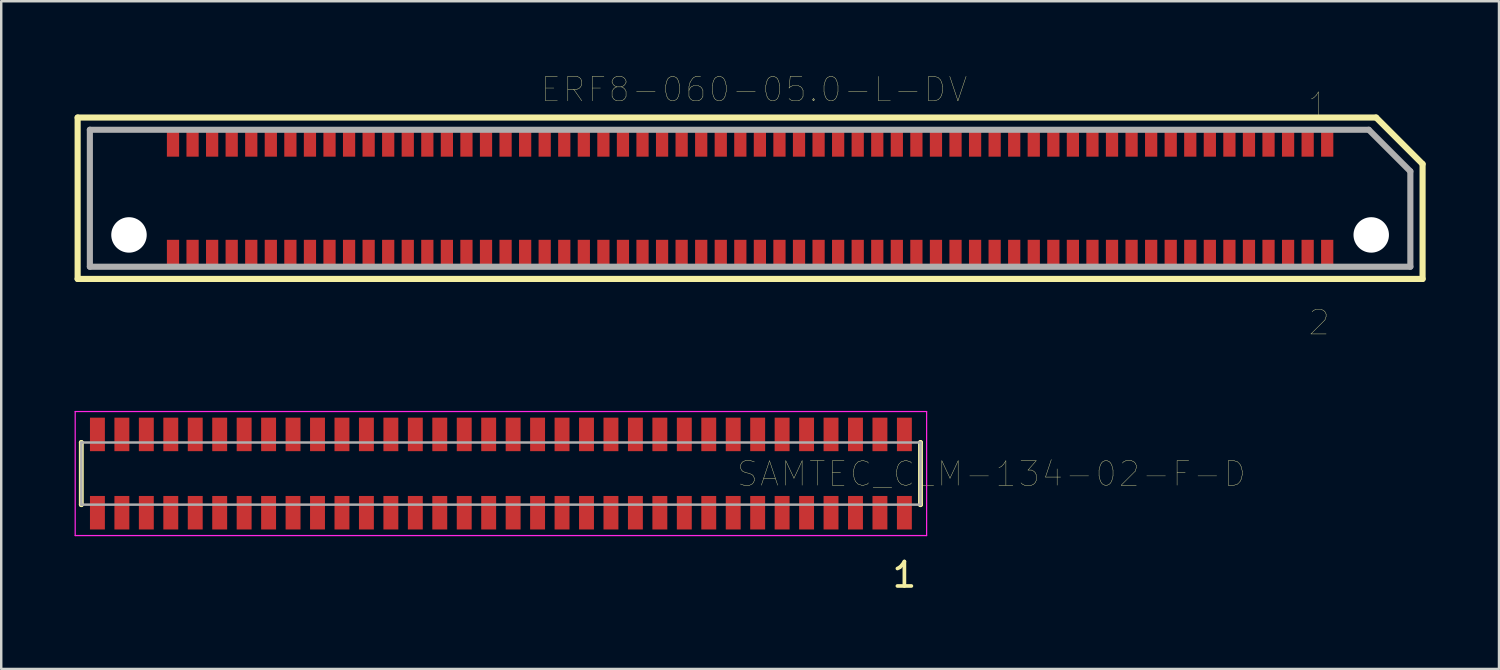
<source format=kicad_pcb>
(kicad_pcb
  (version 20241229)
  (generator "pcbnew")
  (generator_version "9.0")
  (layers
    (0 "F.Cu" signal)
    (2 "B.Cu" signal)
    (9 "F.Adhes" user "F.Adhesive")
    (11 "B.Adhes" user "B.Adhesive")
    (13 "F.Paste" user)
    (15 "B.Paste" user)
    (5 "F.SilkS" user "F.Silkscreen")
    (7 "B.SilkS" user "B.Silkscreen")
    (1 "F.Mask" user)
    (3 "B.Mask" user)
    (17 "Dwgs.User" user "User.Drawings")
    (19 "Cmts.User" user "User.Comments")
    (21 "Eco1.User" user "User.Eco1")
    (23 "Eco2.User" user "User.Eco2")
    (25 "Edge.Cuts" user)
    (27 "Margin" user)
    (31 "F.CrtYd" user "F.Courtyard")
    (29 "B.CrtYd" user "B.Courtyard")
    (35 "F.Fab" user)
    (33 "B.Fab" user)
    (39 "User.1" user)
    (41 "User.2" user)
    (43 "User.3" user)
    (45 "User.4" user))
  (footprint "SAMTEC_CLM-134-02-F-D"
    (layer "F.Cu")
    (at 17.424 16.33)
    (property "Reference" "SAMTEC_CLM-134-02-F-D" (at 20.066 0 0) (layer "F.SilkS") (effects (font (size 1 1) (thickness 0.015))))
    (attr through_hole)
    (fp_line (start -17.149 -1.284) (end -17.145 -1.284) (stroke (width 0.2) (type solid)) (layer "F.SilkS"))
    (fp_line (start -17.149 1.256) (end -17.149 -1.284) (stroke (width 0.2) (type solid)) (layer "F.SilkS"))
    (fp_line (start -17.145 1.256) (end -17.149 1.256) (stroke (width 0.2) (type solid)) (layer "F.SilkS"))
    (fp_line (start 17.165 -1.284) (end 17.169 -1.284) (stroke (width 0.2) (type solid)) (layer "F.SilkS"))
    (fp_line (start 17.165 1.256) (end 17.169 1.256) (stroke (width 0.2) (type solid)) (layer "F.SilkS"))
    (fp_line (start 17.169 -1.284) (end 17.169 1.256) (stroke (width 0.2) (type solid)) (layer "F.SilkS"))
    (fp_line (start -17.399 -2.55) (end 17.419 -2.55) (stroke (width 0.05) (type solid)) (layer "F.CrtYd"))
    (fp_line (start -17.399 2.522) (end -17.399 -2.55) (stroke (width 0.05) (type solid)) (layer "F.CrtYd"))
    (fp_line (start 17.419 -2.55) (end 17.419 2.522) (stroke (width 0.05) (type solid)) (layer "F.CrtYd"))
    (fp_line (start 17.419 2.522) (end -17.399 2.522) (stroke (width 0.05) (type solid)) (layer "F.CrtYd"))
    (fp_line (start -17.149 -1.284) (end 17.169 -1.284) (stroke (width 0.1) (type solid)) (layer "F.Fab"))
    (fp_line (start -17.149 1.256) (end -17.149 -1.284) (stroke (width 0.1) (type solid)) (layer "F.Fab"))
    (fp_line (start 17.169 -1.284) (end 17.169 1.256) (stroke (width 0.1) (type solid)) (layer "F.Fab"))
    (fp_line (start 17.169 1.256) (end -17.149 1.256) (stroke (width 0.1) (type solid)) (layer "F.Fab"))
    (fp_text user "1" (at 16.51 4.128 180) (layer "F.SilkS") (effects (font (size 1 1) (thickness 0.15))))
    (pad "1" smd rect (at 16.51 1.587) (size 0.61 1.37) (layers "F.Cu" "F.Mask" "F.Paste"))
    (pad "2" smd rect (at 16.51 -1.615) (size 0.61 1.37) (layers "F.Cu" "F.Mask" "F.Paste"))
    (pad "3" smd rect (at 15.51 1.587) (size 0.61 1.37) (layers "F.Cu" "F.Mask" "F.Paste"))
    (pad "4" smd rect (at 15.51 -1.615) (size 0.61 1.37) (layers "F.Cu" "F.Mask" "F.Paste"))
    (pad "5" smd rect (at 14.51 1.587) (size 0.61 1.37) (layers "F.Cu" "F.Mask" "F.Paste"))
    (pad "6" smd rect (at 14.51 -1.615) (size 0.61 1.37) (layers "F.Cu" "F.Mask" "F.Paste"))
    (pad "7" smd rect (at 13.51 1.587) (size 0.61 1.37) (layers "F.Cu" "F.Mask" "F.Paste"))
    (pad "8" smd rect (at 13.51 -1.615) (size 0.61 1.37) (layers "F.Cu" "F.Mask" "F.Paste"))
    (pad "9" smd rect (at 12.51 1.587) (size 0.61 1.37) (layers "F.Cu" "F.Mask" "F.Paste"))
    (pad "10" smd rect (at 12.51 -1.615) (size 0.61 1.37) (layers "F.Cu" "F.Mask" "F.Paste"))
    (pad "11" smd rect (at 11.51 1.587) (size 0.61 1.37) (layers "F.Cu" "F.Mask" "F.Paste"))
    (pad "12" smd rect (at 11.51 -1.615) (size 0.61 1.37) (layers "F.Cu" "F.Mask" "F.Paste"))
    (pad "13" smd rect (at 10.51 1.587) (size 0.61 1.37) (layers "F.Cu" "F.Mask" "F.Paste"))
    (pad "14" smd rect (at 10.51 -1.615) (size 0.61 1.37) (layers "F.Cu" "F.Mask" "F.Paste"))
    (pad "15" smd rect (at 9.51 1.587) (size 0.61 1.37) (layers "F.Cu" "F.Mask" "F.Paste"))
    (pad "16" smd rect (at 9.51 -1.615) (size 0.61 1.37) (layers "F.Cu" "F.Mask" "F.Paste"))
    (pad "17" smd rect (at 8.51 1.587) (size 0.61 1.37) (layers "F.Cu" "F.Mask" "F.Paste"))
    (pad "18" smd rect (at 8.51 -1.615) (size 0.61 1.37) (layers "F.Cu" "F.Mask" "F.Paste"))
    (pad "19" smd rect (at 7.51 1.587) (size 0.61 1.37) (layers "F.Cu" "F.Mask" "F.Paste"))
    (pad "20" smd rect (at 7.51 -1.615) (size 0.61 1.37) (layers "F.Cu" "F.Mask" "F.Paste"))
    (pad "21" smd rect (at 6.51 1.587) (size 0.61 1.37) (layers "F.Cu" "F.Mask" "F.Paste"))
    (pad "22" smd rect (at 6.51 -1.615) (size 0.61 1.37) (layers "F.Cu" "F.Mask" "F.Paste"))
    (pad "23" smd rect (at 5.51 1.587) (size 0.61 1.37) (layers "F.Cu" "F.Mask" "F.Paste"))
    (pad "24" smd rect (at 5.51 -1.615) (size 0.61 1.37) (layers "F.Cu" "F.Mask" "F.Paste"))
    (pad "25" smd rect (at 4.51 1.587) (size 0.61 1.37) (layers "F.Cu" "F.Mask" "F.Paste"))
    (pad "26" smd rect (at 4.51 -1.615) (size 0.61 1.37) (layers "F.Cu" "F.Mask" "F.Paste"))
    (pad "27" smd rect (at 3.51 1.587) (size 0.61 1.37) (layers "F.Cu" "F.Mask" "F.Paste"))
    (pad "28" smd rect (at 3.51 -1.615) (size 0.61 1.37) (layers "F.Cu" "F.Mask" "F.Paste"))
    (pad "29" smd rect (at 2.51 1.587) (size 0.61 1.37) (layers "F.Cu" "F.Mask" "F.Paste"))
    (pad "30" smd rect (at 2.51 -1.615) (size 0.61 1.37) (layers "F.Cu" "F.Mask" "F.Paste"))
    (pad "31" smd rect (at 1.51 1.587) (size 0.61 1.37) (layers "F.Cu" "F.Mask" "F.Paste"))
    (pad "32" smd rect (at 1.51 -1.615) (size 0.61 1.37) (layers "F.Cu" "F.Mask" "F.Paste"))
    (pad "33" smd rect (at 0.51 1.587) (size 0.61 1.37) (layers "F.Cu" "F.Mask" "F.Paste"))
    (pad "34" smd rect (at 0.51 -1.615) (size 0.61 1.37) (layers "F.Cu" "F.Mask" "F.Paste"))
    (pad "35" smd rect (at -0.49 1.587) (size 0.61 1.37) (layers "F.Cu" "F.Mask" "F.Paste"))
    (pad "36" smd rect (at -0.49 -1.615) (size 0.61 1.37) (layers "F.Cu" "F.Mask" "F.Paste"))
    (pad "37" smd rect (at -1.49 1.587) (size 0.61 1.37) (layers "F.Cu" "F.Mask" "F.Paste"))
    (pad "38" smd rect (at -1.49 -1.615) (size 0.61 1.37) (layers "F.Cu" "F.Mask" "F.Paste"))
    (pad "39" smd rect (at -2.49 1.587) (size 0.61 1.37) (layers "F.Cu" "F.Mask" "F.Paste"))
    (pad "40" smd rect (at -2.49 -1.615) (size 0.61 1.37) (layers "F.Cu" "F.Mask" "F.Paste"))
    (pad "41" smd rect (at -3.49 1.587) (size 0.61 1.37) (layers "F.Cu" "F.Mask" "F.Paste"))
    (pad "42" smd rect (at -3.49 -1.615) (size 0.61 1.37) (layers "F.Cu" "F.Mask" "F.Paste"))
    (pad "43" smd rect (at -4.49 1.587) (size 0.61 1.37) (layers "F.Cu" "F.Mask" "F.Paste"))
    (pad "44" smd rect (at -4.49 -1.615) (size 0.61 1.37) (layers "F.Cu" "F.Mask" "F.Paste"))
    (pad "45" smd rect (at -5.49 1.587) (size 0.61 1.37) (layers "F.Cu" "F.Mask" "F.Paste"))
    (pad "46" smd rect (at -5.49 -1.615) (size 0.61 1.37) (layers "F.Cu" "F.Mask" "F.Paste"))
    (pad "47" smd rect (at -6.49 1.587) (size 0.61 1.37) (layers "F.Cu" "F.Mask" "F.Paste"))
    (pad "48" smd rect (at -6.49 -1.615) (size 0.61 1.37) (layers "F.Cu" "F.Mask" "F.Paste"))
    (pad "49" smd rect (at -7.49 1.587) (size 0.61 1.37) (layers "F.Cu" "F.Mask" "F.Paste"))
    (pad "50" smd rect (at -7.49 -1.615) (size 0.61 1.37) (layers "F.Cu" "F.Mask" "F.Paste"))
    (pad "51" smd rect (at -8.49 1.587) (size 0.61 1.37) (layers "F.Cu" "F.Mask" "F.Paste"))
    (pad "52" smd rect (at -8.49 -1.615) (size 0.61 1.37) (layers "F.Cu" "F.Mask" "F.Paste"))
    (pad "53" smd rect (at -9.49 1.587) (size 0.61 1.37) (layers "F.Cu" "F.Mask" "F.Paste"))
    (pad "54" smd rect (at -9.49 -1.615) (size 0.61 1.37) (layers "F.Cu" "F.Mask" "F.Paste"))
    (pad "55" smd rect (at -10.49 1.587) (size 0.61 1.37) (layers "F.Cu" "F.Mask" "F.Paste"))
    (pad "56" smd rect (at -10.49 -1.615) (size 0.61 1.37) (layers "F.Cu" "F.Mask" "F.Paste"))
    (pad "57" smd rect (at -11.49 1.587) (size 0.61 1.37) (layers "F.Cu" "F.Mask" "F.Paste"))
    (pad "58" smd rect (at -11.49 -1.615) (size 0.61 1.37) (layers "F.Cu" "F.Mask" "F.Paste"))
    (pad "59" smd rect (at -12.49 1.587) (size 0.61 1.37) (layers "F.Cu" "F.Mask" "F.Paste"))
    (pad "60" smd rect (at -12.49 -1.615) (size 0.61 1.37) (layers "F.Cu" "F.Mask" "F.Paste"))
    (pad "61" smd rect (at -13.49 1.587) (size 0.61 1.37) (layers "F.Cu" "F.Mask" "F.Paste"))
    (pad "62" smd rect (at -13.49 -1.615) (size 0.61 1.37) (layers "F.Cu" "F.Mask" "F.Paste"))
    (pad "63" smd rect (at -14.49 1.587) (size 0.61 1.37) (layers "F.Cu" "F.Mask" "F.Paste"))
    (pad "64" smd rect (at -14.49 -1.615) (size 0.61 1.37) (layers "F.Cu" "F.Mask" "F.Paste"))
    (pad "65" smd rect (at -15.49 1.587) (size 0.61 1.37) (layers "F.Cu" "F.Mask" "F.Paste"))
    (pad "66" smd rect (at -15.49 -1.615) (size 0.61 1.37) (layers "F.Cu" "F.Mask" "F.Paste"))
    (pad "67" smd rect (at -16.49 1.587) (size 0.61 1.37) (layers "F.Cu" "F.Mask" "F.Paste"))
    (pad "68" smd rect (at -16.49 -1.615) (size 0.61 1.37) (layers "F.Cu" "F.Mask" "F.Paste")))
  (footprint "ERF8-060-05.0-L-DV"
    (layer "F.Cu")
    (at 27.625 5.057)
    (property "Reference" "ERF8-060-05.0-L-DV" (at 0.165 -4.445 0) (layer "F.SilkS") (effects (font (size 1 1) (thickness 0.015))))
    (attr through_hole)
    (fp_line (start -27.5 -3.3) (end 25.6 -3.3) (stroke (width 0.25) (type solid)) (layer "F.SilkS"))
    (fp_line (start -27.5 3.3) (end -27.5 -3.3) (stroke (width 0.25) (type solid)) (layer "F.SilkS"))
    (fp_line (start 25.6 -3.3) (end 27.5 -1.4) (stroke (width 0.25) (type solid)) (layer "F.SilkS"))
    (fp_line (start 27.5 -1.4) (end 27.5 3.3) (stroke (width 0.25) (type solid)) (layer "F.SilkS"))
    (fp_line (start 27.5 3.3) (end -27.5 3.3) (stroke (width 0.25) (type solid)) (layer "F.SilkS"))
    (fp_line (start -27 -2.8) (end 25.3 -2.8) (stroke (width 0.25) (type solid)) (layer "F.Fab"))
    (fp_line (start -27 2.8) (end -27 -2.8) (stroke (width 0.25) (type solid)) (layer "F.Fab"))
    (fp_line (start 25.3 -2.8) (end 27 -1.1) (stroke (width 0.25) (type solid)) (layer "F.Fab"))
    (fp_line (start 27 -1.1) (end 27 2.8) (stroke (width 0.25) (type solid)) (layer "F.Fab"))
    (fp_line (start 27 2.8) (end -27 2.8) (stroke (width 0.25) (type solid)) (layer "F.Fab"))
    (fp_text user "2" (at 23.269 5.086 0) (layer "F.SilkS") (effects (font (size 1.001 1.001) (thickness 0.015))))
    (fp_text user "1" (at 23.241 -3.81 0) (layer "F.SilkS") (effects (font (size 1 1) (thickness 0.015))))
    (pad "" np_thru_hole circle (at -25.4 1.5) (size 1.45 1.45) (drill 1.45) (layers "*.Cu" "*.Mask"))
    (pad "" np_thru_hole circle (at 25.4 1.5) (size 1.45 1.45) (drill 1.45) (layers "*.Cu" "*.Mask"))
    (pad "1" smd rect (at 23.6 -2.25) (size 0.5 1.1) (layers "F.Cu" "F.Mask" "F.Paste"))
    (pad "2" smd rect (at 23.6 2.25) (size 0.5 1.1) (layers "F.Cu" "F.Mask" "F.Paste"))
    (pad "3" smd rect (at 22.8 -2.25) (size 0.5 1.1) (layers "F.Cu" "F.Mask" "F.Paste"))
    (pad "4" smd rect (at 22.8 2.25) (size 0.5 1.1) (layers "F.Cu" "F.Mask" "F.Paste"))
    (pad "5" smd rect (at 22 -2.25) (size 0.5 1.1) (layers "F.Cu" "F.Mask" "F.Paste"))
    (pad "6" smd rect (at 22 2.25) (size 0.5 1.1) (layers "F.Cu" "F.Mask" "F.Paste"))
    (pad "7" smd rect (at 21.2 -2.25) (size 0.5 1.1) (layers "F.Cu" "F.Mask" "F.Paste"))
    (pad "8" smd rect (at 21.2 2.25) (size 0.5 1.1) (layers "F.Cu" "F.Mask" "F.Paste"))
    (pad "9" smd rect (at 20.4 -2.25) (size 0.5 1.1) (layers "F.Cu" "F.Mask" "F.Paste"))
    (pad "10" smd rect (at 20.4 2.25) (size 0.5 1.1) (layers "F.Cu" "F.Mask" "F.Paste"))
    (pad "11" smd rect (at 19.6 -2.25) (size 0.5 1.1) (layers "F.Cu" "F.Mask" "F.Paste"))
    (pad "12" smd rect (at 19.6 2.25) (size 0.5 1.1) (layers "F.Cu" "F.Mask" "F.Paste"))
    (pad "13" smd rect (at 18.8 -2.25) (size 0.5 1.1) (layers "F.Cu" "F.Mask" "F.Paste"))
    (pad "14" smd rect (at 18.8 2.25) (size 0.5 1.1) (layers "F.Cu" "F.Mask" "F.Paste"))
    (pad "15" smd rect (at 18 -2.25) (size 0.5 1.1) (layers "F.Cu" "F.Mask" "F.Paste"))
    (pad "16" smd rect (at 18 2.25) (size 0.5 1.1) (layers "F.Cu" "F.Mask" "F.Paste"))
    (pad "17" smd rect (at 17.2 -2.25) (size 0.5 1.1) (layers "F.Cu" "F.Mask" "F.Paste"))
    (pad "18" smd rect (at 17.2 2.25) (size 0.5 1.1) (layers "F.Cu" "F.Mask" "F.Paste"))
    (pad "19" smd rect (at 16.4 -2.25) (size 0.5 1.1) (layers "F.Cu" "F.Mask" "F.Paste"))
    (pad "20" smd rect (at 16.4 2.25) (size 0.5 1.1) (layers "F.Cu" "F.Mask" "F.Paste"))
    (pad "21" smd rect (at 15.6 -2.25) (size 0.5 1.1) (layers "F.Cu" "F.Mask" "F.Paste"))
    (pad "22" smd rect (at 15.6 2.25) (size 0.5 1.1) (layers "F.Cu" "F.Mask" "F.Paste"))
    (pad "23" smd rect (at 14.8 -2.25) (size 0.5 1.1) (layers "F.Cu" "F.Mask" "F.Paste"))
    (pad "24" smd rect (at 14.8 2.25) (size 0.5 1.1) (layers "F.Cu" "F.Mask" "F.Paste"))
    (pad "25" smd rect (at 14 -2.25) (size 0.5 1.1) (layers "F.Cu" "F.Mask" "F.Paste"))
    (pad "26" smd rect (at 14 2.25) (size 0.5 1.1) (layers "F.Cu" "F.Mask" "F.Paste"))
    (pad "27" smd rect (at 13.2 -2.25) (size 0.5 1.1) (layers "F.Cu" "F.Mask" "F.Paste"))
    (pad "28" smd rect (at 13.2 2.25) (size 0.5 1.1) (layers "F.Cu" "F.Mask" "F.Paste"))
    (pad "29" smd rect (at 12.4 -2.25) (size 0.5 1.1) (layers "F.Cu" "F.Mask" "F.Paste"))
    (pad "30" smd rect (at 12.4 2.25) (size 0.5 1.1) (layers "F.Cu" "F.Mask" "F.Paste"))
    (pad "31" smd rect (at 11.6 -2.25) (size 0.5 1.1) (layers "F.Cu" "F.Mask" "F.Paste"))
    (pad "32" smd rect (at 11.6 2.25) (size 0.5 1.1) (layers "F.Cu" "F.Mask" "F.Paste"))
    (pad "33" smd rect (at 10.8 -2.25) (size 0.5 1.1) (layers "F.Cu" "F.Mask" "F.Paste"))
    (pad "34" smd rect (at 10.8 2.25) (size 0.5 1.1) (layers "F.Cu" "F.Mask" "F.Paste"))
    (pad "35" smd rect (at 10 -2.25) (size 0.5 1.1) (layers "F.Cu" "F.Mask" "F.Paste"))
    (pad "36" smd rect (at 10 2.25) (size 0.5 1.1) (layers "F.Cu" "F.Mask" "F.Paste"))
    (pad "37" smd rect (at 9.2 -2.25) (size 0.5 1.1) (layers "F.Cu" "F.Mask" "F.Paste"))
    (pad "38" smd rect (at 9.2 2.25) (size 0.5 1.1) (layers "F.Cu" "F.Mask" "F.Paste"))
    (pad "39" smd rect (at 8.4 -2.25) (size 0.5 1.1) (layers "F.Cu" "F.Mask" "F.Paste"))
    (pad "40" smd rect (at 8.4 2.25) (size 0.5 1.1) (layers "F.Cu" "F.Mask" "F.Paste"))
    (pad "41" smd rect (at 7.6 -2.25) (size 0.5 1.1) (layers "F.Cu" "F.Mask" "F.Paste"))
    (pad "42" smd rect (at 7.6 2.25) (size 0.5 1.1) (layers "F.Cu" "F.Mask" "F.Paste"))
    (pad "43" smd rect (at 6.8 -2.25) (size 0.5 1.1) (layers "F.Cu" "F.Mask" "F.Paste"))
    (pad "44" smd rect (at 6.8 2.25) (size 0.5 1.1) (layers "F.Cu" "F.Mask" "F.Paste"))
    (pad "45" smd rect (at 6 -2.25) (size 0.5 1.1) (layers "F.Cu" "F.Mask" "F.Paste"))
    (pad "46" smd rect (at 6 2.25) (size 0.5 1.1) (layers "F.Cu" "F.Mask" "F.Paste"))
    (pad "47" smd rect (at 5.2 -2.25) (size 0.5 1.1) (layers "F.Cu" "F.Mask" "F.Paste"))
    (pad "48" smd rect (at 5.2 2.25) (size 0.5 1.1) (layers "F.Cu" "F.Mask" "F.Paste"))
    (pad "49" smd rect (at 4.4 -2.25) (size 0.5 1.1) (layers "F.Cu" "F.Mask" "F.Paste"))
    (pad "50" smd rect (at 4.4 2.25) (size 0.5 1.1) (layers "F.Cu" "F.Mask" "F.Paste"))
    (pad "51" smd rect (at 3.6 -2.25) (size 0.5 1.1) (layers "F.Cu" "F.Mask" "F.Paste"))
    (pad "52" smd rect (at 3.6 2.25) (size 0.5 1.1) (layers "F.Cu" "F.Mask" "F.Paste"))
    (pad "53" smd rect (at 2.8 -2.25) (size 0.5 1.1) (layers "F.Cu" "F.Mask" "F.Paste"))
    (pad "54" smd rect (at 2.8 2.25) (size 0.5 1.1) (layers "F.Cu" "F.Mask" "F.Paste"))
    (pad "55" smd rect (at 2 -2.25) (size 0.5 1.1) (layers "F.Cu" "F.Mask" "F.Paste"))
    (pad "56" smd rect (at 2 2.25) (size 0.5 1.1) (layers "F.Cu" "F.Mask" "F.Paste"))
    (pad "57" smd rect (at 1.2 -2.25) (size 0.5 1.1) (layers "F.Cu" "F.Mask" "F.Paste"))
    (pad "58" smd rect (at 1.2 2.25) (size 0.5 1.1) (layers "F.Cu" "F.Mask" "F.Paste"))
    (pad "59" smd rect (at 0.4 -2.25) (size 0.5 1.1) (layers "F.Cu" "F.Mask" "F.Paste"))
    (pad "60" smd rect (at 0.4 2.25) (size 0.5 1.1) (layers "F.Cu" "F.Mask" "F.Paste"))
    (pad "61" smd rect (at -0.4 -2.25) (size 0.5 1.1) (layers "F.Cu" "F.Mask" "F.Paste"))
    (pad "62" smd rect (at -0.4 2.25) (size 0.5 1.1) (layers "F.Cu" "F.Mask" "F.Paste"))
    (pad "63" smd rect (at -1.2 -2.25) (size 0.5 1.1) (layers "F.Cu" "F.Mask" "F.Paste"))
    (pad "64" smd rect (at -1.2 2.25) (size 0.5 1.1) (layers "F.Cu" "F.Mask" "F.Paste"))
    (pad "65" smd rect (at -2 -2.25) (size 0.5 1.1) (layers "F.Cu" "F.Mask" "F.Paste"))
    (pad "66" smd rect (at -2 2.25) (size 0.5 1.1) (layers "F.Cu" "F.Mask" "F.Paste"))
    (pad "67" smd rect (at -2.8 -2.25) (size 0.5 1.1) (layers "F.Cu" "F.Mask" "F.Paste"))
    (pad "68" smd rect (at -2.8 2.25) (size 0.5 1.1) (layers "F.Cu" "F.Mask" "F.Paste"))
    (pad "69" smd rect (at -3.6 -2.25) (size 0.5 1.1) (layers "F.Cu" "F.Mask" "F.Paste"))
    (pad "70" smd rect (at -3.6 2.25) (size 0.5 1.1) (layers "F.Cu" "F.Mask" "F.Paste"))
    (pad "71" smd rect (at -4.4 -2.25) (size 0.5 1.1) (layers "F.Cu" "F.Mask" "F.Paste"))
    (pad "72" smd rect (at -4.4 2.25) (size 0.5 1.1) (layers "F.Cu" "F.Mask" "F.Paste"))
    (pad "73" smd rect (at -5.2 -2.25) (size 0.5 1.1) (layers "F.Cu" "F.Mask" "F.Paste"))
    (pad "74" smd rect (at -5.2 2.25) (size 0.5 1.1) (layers "F.Cu" "F.Mask" "F.Paste"))
    (pad "75" smd rect (at -6 -2.25) (size 0.5 1.1) (layers "F.Cu" "F.Mask" "F.Paste"))
    (pad "76" smd rect (at -6 2.25) (size 0.5 1.1) (layers "F.Cu" "F.Mask" "F.Paste"))
    (pad "77" smd rect (at -6.8 -2.25) (size 0.5 1.1) (layers "F.Cu" "F.Mask" "F.Paste"))
    (pad "78" smd rect (at -6.8 2.25) (size 0.5 1.1) (layers "F.Cu" "F.Mask" "F.Paste"))
    (pad "79" smd rect (at -7.6 -2.25) (size 0.5 1.1) (layers "F.Cu" "F.Mask" "F.Paste"))
    (pad "80" smd rect (at -7.6 2.25) (size 0.5 1.1) (layers "F.Cu" "F.Mask" "F.Paste"))
    (pad "81" smd rect (at -8.4 -2.25) (size 0.5 1.1) (layers "F.Cu" "F.Mask" "F.Paste"))
    (pad "82" smd rect (at -8.4 2.25) (size 0.5 1.1) (layers "F.Cu" "F.Mask" "F.Paste"))
    (pad "83" smd rect (at -9.2 -2.25) (size 0.5 1.1) (layers "F.Cu" "F.Mask" "F.Paste"))
    (pad "84" smd rect (at -9.2 2.25) (size 0.5 1.1) (layers "F.Cu" "F.Mask" "F.Paste"))
    (pad "85" smd rect (at -10 -2.25) (size 0.5 1.1) (layers "F.Cu" "F.Mask" "F.Paste"))
    (pad "86" smd rect (at -10 2.25) (size 0.5 1.1) (layers "F.Cu" "F.Mask" "F.Paste"))
    (pad "87" smd rect (at -10.8 -2.25) (size 0.5 1.1) (layers "F.Cu" "F.Mask" "F.Paste"))
    (pad "88" smd rect (at -10.8 2.25) (size 0.5 1.1) (layers "F.Cu" "F.Mask" "F.Paste"))
    (pad "89" smd rect (at -11.6 -2.25) (size 0.5 1.1) (layers "F.Cu" "F.Mask" "F.Paste"))
    (pad "90" smd rect (at -11.6 2.25) (size 0.5 1.1) (layers "F.Cu" "F.Mask" "F.Paste"))
    (pad "91" smd rect (at -12.4 -2.25) (size 0.5 1.1) (layers "F.Cu" "F.Mask" "F.Paste"))
    (pad "92" smd rect (at -12.4 2.25) (size 0.5 1.1) (layers "F.Cu" "F.Mask" "F.Paste"))
    (pad "93" smd rect (at -13.2 -2.25) (size 0.5 1.1) (layers "F.Cu" "F.Mask" "F.Paste"))
    (pad "94" smd rect (at -13.2 2.25) (size 0.5 1.1) (layers "F.Cu" "F.Mask" "F.Paste"))
    (pad "95" smd rect (at -14 -2.25) (size 0.5 1.1) (layers "F.Cu" "F.Mask" "F.Paste"))
    (pad "96" smd rect (at -14 2.25) (size 0.5 1.1) (layers "F.Cu" "F.Mask" "F.Paste"))
    (pad "97" smd rect (at -14.8 -2.25) (size 0.5 1.1) (layers "F.Cu" "F.Mask" "F.Paste"))
    (pad "98" smd rect (at -14.8 2.25) (size 0.5 1.1) (layers "F.Cu" "F.Mask" "F.Paste"))
    (pad "99" smd rect (at -15.6 -2.25) (size 0.5 1.1) (layers "F.Cu" "F.Mask" "F.Paste"))
    (pad "100" smd rect (at -15.6 2.25) (size 0.5 1.1) (layers "F.Cu" "F.Mask" "F.Paste"))
    (pad "101" smd rect (at -16.4 -2.25) (size 0.5 1.1) (layers "F.Cu" "F.Mask" "F.Paste"))
    (pad "102" smd rect (at -16.4 2.25) (size 0.5 1.1) (layers "F.Cu" "F.Mask" "F.Paste"))
    (pad "103" smd rect (at -17.2 -2.25) (size 0.5 1.1) (layers "F.Cu" "F.Mask" "F.Paste"))
    (pad "104" smd rect (at -17.2 2.25) (size 0.5 1.1) (layers "F.Cu" "F.Mask" "F.Paste"))
    (pad "105" smd rect (at -18 -2.25) (size 0.5 1.1) (layers "F.Cu" "F.Mask" "F.Paste"))
    (pad "106" smd rect (at -18 2.25) (size 0.5 1.1) (layers "F.Cu" "F.Mask" "F.Paste"))
    (pad "107" smd rect (at -18.8 -2.25) (size 0.5 1.1) (layers "F.Cu" "F.Mask" "F.Paste"))
    (pad "108" smd rect (at -18.8 2.25) (size 0.5 1.1) (layers "F.Cu" "F.Mask" "F.Paste"))
    (pad "109" smd rect (at -19.6 -2.25) (size 0.5 1.1) (layers "F.Cu" "F.Mask" "F.Paste"))
    (pad "110" smd rect (at -19.6 2.25) (size 0.5 1.1) (layers "F.Cu" "F.Mask" "F.Paste"))
    (pad "111" smd rect (at -20.4 -2.25) (size 0.5 1.1) (layers "F.Cu" "F.Mask" "F.Paste"))
    (pad "112" smd rect (at -20.4 2.25) (size 0.5 1.1) (layers "F.Cu" "F.Mask" "F.Paste"))
    (pad "113" smd rect (at -21.2 -2.25) (size 0.5 1.1) (layers "F.Cu" "F.Mask" "F.Paste"))
    (pad "114" smd rect (at -21.2 2.25) (size 0.5 1.1) (layers "F.Cu" "F.Mask" "F.Paste"))
    (pad "115" smd rect (at -22 -2.25) (size 0.5 1.1) (layers "F.Cu" "F.Mask" "F.Paste"))
    (pad "116" smd rect (at -22 2.25) (size 0.5 1.1) (layers "F.Cu" "F.Mask" "F.Paste"))
    (pad "117" smd rect (at -22.8 -2.25) (size 0.5 1.1) (layers "F.Cu" "F.Mask" "F.Paste"))
    (pad "118" smd rect (at -22.8 2.25) (size 0.5 1.1) (layers "F.Cu" "F.Mask" "F.Paste"))
    (pad "119" smd rect (at -23.6 -2.25) (size 0.5 1.1) (layers "F.Cu" "F.Mask" "F.Paste"))
    (pad "120" smd rect (at -23.6 2.25) (size 0.5 1.1) (layers "F.Cu" "F.Mask" "F.Paste")))
  (gr_rect
    (start -3 -3)
    (end 58.25 24.305)
    (stroke (width 0.1) (type default))
    (fill no)
    (layer "Edge.Cuts")))
</source>
